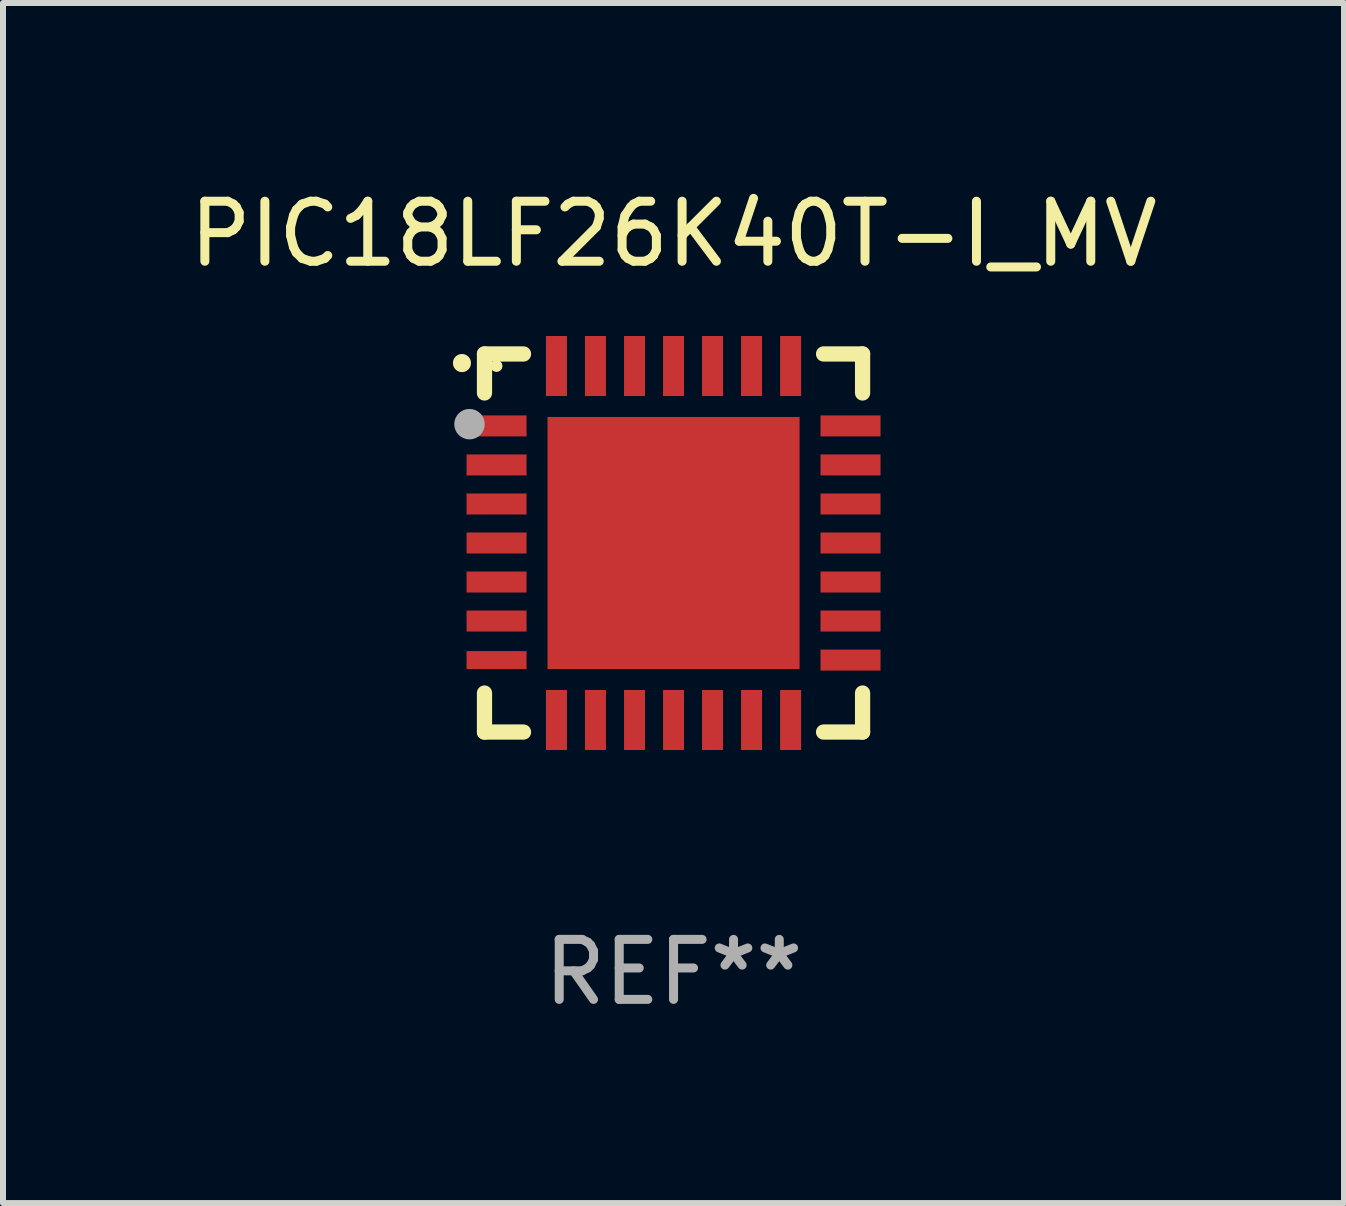
<source format=kicad_pcb>
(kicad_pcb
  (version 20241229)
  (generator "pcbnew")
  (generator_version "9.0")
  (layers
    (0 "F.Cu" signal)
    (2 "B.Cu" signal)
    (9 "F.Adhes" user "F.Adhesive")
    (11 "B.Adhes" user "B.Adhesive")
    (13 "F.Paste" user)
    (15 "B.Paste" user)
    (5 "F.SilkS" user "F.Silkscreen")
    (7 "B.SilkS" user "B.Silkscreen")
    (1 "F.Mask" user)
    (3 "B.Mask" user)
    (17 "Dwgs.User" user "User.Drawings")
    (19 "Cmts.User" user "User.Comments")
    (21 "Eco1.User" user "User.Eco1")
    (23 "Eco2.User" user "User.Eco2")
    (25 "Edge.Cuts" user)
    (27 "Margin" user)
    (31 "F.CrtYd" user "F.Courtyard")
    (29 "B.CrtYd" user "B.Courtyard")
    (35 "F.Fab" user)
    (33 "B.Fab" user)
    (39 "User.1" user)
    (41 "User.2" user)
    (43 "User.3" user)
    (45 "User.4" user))
  (footprint "PIC18LF26K40T-I_MV"
    (layer "F.Cu")
    (at 8.173 5.998)
    (property "Reference" "PIC18LF26K40T-I_MV" (at 0 -5.15 0) (layer "F.SilkS") (effects (font (size 1 1) (thickness 0.15))))
    (attr through_hole)
    (fp_line (start -3.15 -3.15) (end -2.5 -3.15) (stroke (width 0.254) (type solid)) (layer "F.SilkS"))
    (fp_line (start -3.15 -2.5) (end -3.15 -3.15) (stroke (width 0.254) (type solid)) (layer "F.SilkS"))
    (fp_line (start -3.15 3.15) (end -3.15 2.5) (stroke (width 0.254) (type solid)) (layer "F.SilkS"))
    (fp_line (start -2.5 3.15) (end -3.15 3.15) (stroke (width 0.254) (type solid)) (layer "F.SilkS"))
    (fp_line (start 2.5 -3.15) (end 3.15 -3.15) (stroke (width 0.254) (type solid)) (layer "F.SilkS"))
    (fp_line (start 2.5 3.15) (end 3.15 3.15) (stroke (width 0.254) (type solid)) (layer "F.SilkS"))
    (fp_line (start 3.15 -3.15) (end 3.15 -2.5) (stroke (width 0.254) (type solid)) (layer "F.SilkS"))
    (fp_line (start 3.15 3.15) (end 3.15 2.5) (stroke (width 0.254) (type solid)) (layer "F.SilkS"))
    (fp_arc (start -3.525527 -2.997206) (mid -3.525532 -2.998476) (end -3.525527 -2.999746) (stroke (width 0.3) (type solid)) (layer "F.SilkS"))
    (fp_circle (center -2.95 -2.95) (end -2.9 -2.95) (stroke (width 0.1) (type solid)) (fill no) (layer "F.SilkS"))
    (fp_circle (center -3.4 -1.98) (end -3.273 -1.98) (stroke (width 0.254) (type solid)) (fill no) (layer "F.Fab"))
    (fp_text user "REF**" (at 0 7.15 0) (layer "F.Fab") (effects (font (size 1 1) (thickness 0.15))))
    (pad "1" smd rect (at -2.949 -1.951 90) (size 0.35 1) (layers "F.Cu" "F.Mask" "F.Paste"))
    (pad "2" smd rect (at -2.949 -1.301 90) (size 0.35 1) (layers "F.Cu" "F.Mask" "F.Paste"))
    (pad "3" smd rect (at -2.949 -0.65 90) (size 0.35 1) (layers "F.Cu" "F.Mask" "F.Paste"))
    (pad "4" smd rect (at -2.949 -0.000025 90) (size 0.35 1) (layers "F.Cu" "F.Mask" "F.Paste"))
    (pad "5" smd rect (at -2.949 0.65 90) (size 0.35 1) (layers "F.Cu" "F.Mask" "F.Paste"))
    (pad "6" smd rect (at -2.949 1.3 90) (size 0.35 1) (layers "F.Cu" "F.Mask" "F.Paste"))
    (pad "7" smd rect (at -2.949 1.951 90) (size 0.3 1) (layers "F.Cu" "F.Mask" "F.Paste"))
    (pad "8" smd rect (at -1.951 2.949) (size 0.35 1) (layers "F.Cu" "F.Mask" "F.Paste"))
    (pad "9" smd rect (at -1.301 2.949) (size 0.35 1) (layers "F.Cu" "F.Mask" "F.Paste"))
    (pad "10" smd rect (at -0.65 2.949) (size 0.35 1) (layers "F.Cu" "F.Mask" "F.Paste"))
    (pad "11" smd rect (at -0.000076 2.949) (size 0.35 1) (layers "F.Cu" "F.Mask" "F.Paste"))
    (pad "12" smd rect (at 0.65 2.949) (size 0.35 1) (layers "F.Cu" "F.Mask" "F.Paste"))
    (pad "13" smd rect (at 1.3 2.949) (size 0.35 1) (layers "F.Cu" "F.Mask" "F.Paste"))
    (pad "14" smd rect (at 1.951 2.949) (size 0.35 1) (layers "F.Cu" "F.Mask" "F.Paste"))
    (pad "15" smd rect (at 2.949 1.951 90) (size 0.35 1) (layers "F.Cu" "F.Mask" "F.Paste"))
    (pad "16" smd rect (at 2.949 1.3 90) (size 0.35 1) (layers "F.Cu" "F.Mask" "F.Paste"))
    (pad "17" smd rect (at 2.949 0.65 90) (size 0.35 1) (layers "F.Cu" "F.Mask" "F.Paste"))
    (pad "18" smd rect (at 2.949 -0.000025 90) (size 0.35 1) (layers "F.Cu" "F.Mask" "F.Paste"))
    (pad "19" smd rect (at 2.949 -0.65 90) (size 0.35 1) (layers "F.Cu" "F.Mask" "F.Paste"))
    (pad "20" smd rect (at 2.949 -1.301 90) (size 0.35 1) (layers "F.Cu" "F.Mask" "F.Paste"))
    (pad "21" smd rect (at 2.949 -1.951 90) (size 0.35 1) (layers "F.Cu" "F.Mask" "F.Paste"))
    (pad "22" smd rect (at 1.951 -2.949) (size 0.35 1) (layers "F.Cu" "F.Mask" "F.Paste"))
    (pad "23" smd rect (at 1.3 -2.949) (size 0.35 1) (layers "F.Cu" "F.Mask" "F.Paste"))
    (pad "24" smd rect (at 0.65 -2.949) (size 0.35 1) (layers "F.Cu" "F.Mask" "F.Paste"))
    (pad "25" smd rect (at -0.000076 -2.949) (size 0.35 1) (layers "F.Cu" "F.Mask" "F.Paste"))
    (pad "26" smd rect (at -0.65 -2.949) (size 0.35 1) (layers "F.Cu" "F.Mask" "F.Paste"))
    (pad "27" smd rect (at -1.301 -2.949) (size 0.35 1) (layers "F.Cu" "F.Mask" "F.Paste"))
    (pad "28" smd rect (at -1.951 -2.949) (size 0.35 1) (layers "F.Cu" "F.Mask" "F.Paste"))
    (pad "29" smd rect (at -0.000076 -0.000025) (size 4.2 4.2) (layers "F.Cu" "F.Mask" "F.Paste")))
  (gr_rect
    (start -3 -3)
    (end 19.345 16.997)
    (stroke (width 0.1) (type default))
    (fill no)
    (layer "Edge.Cuts")))
</source>
